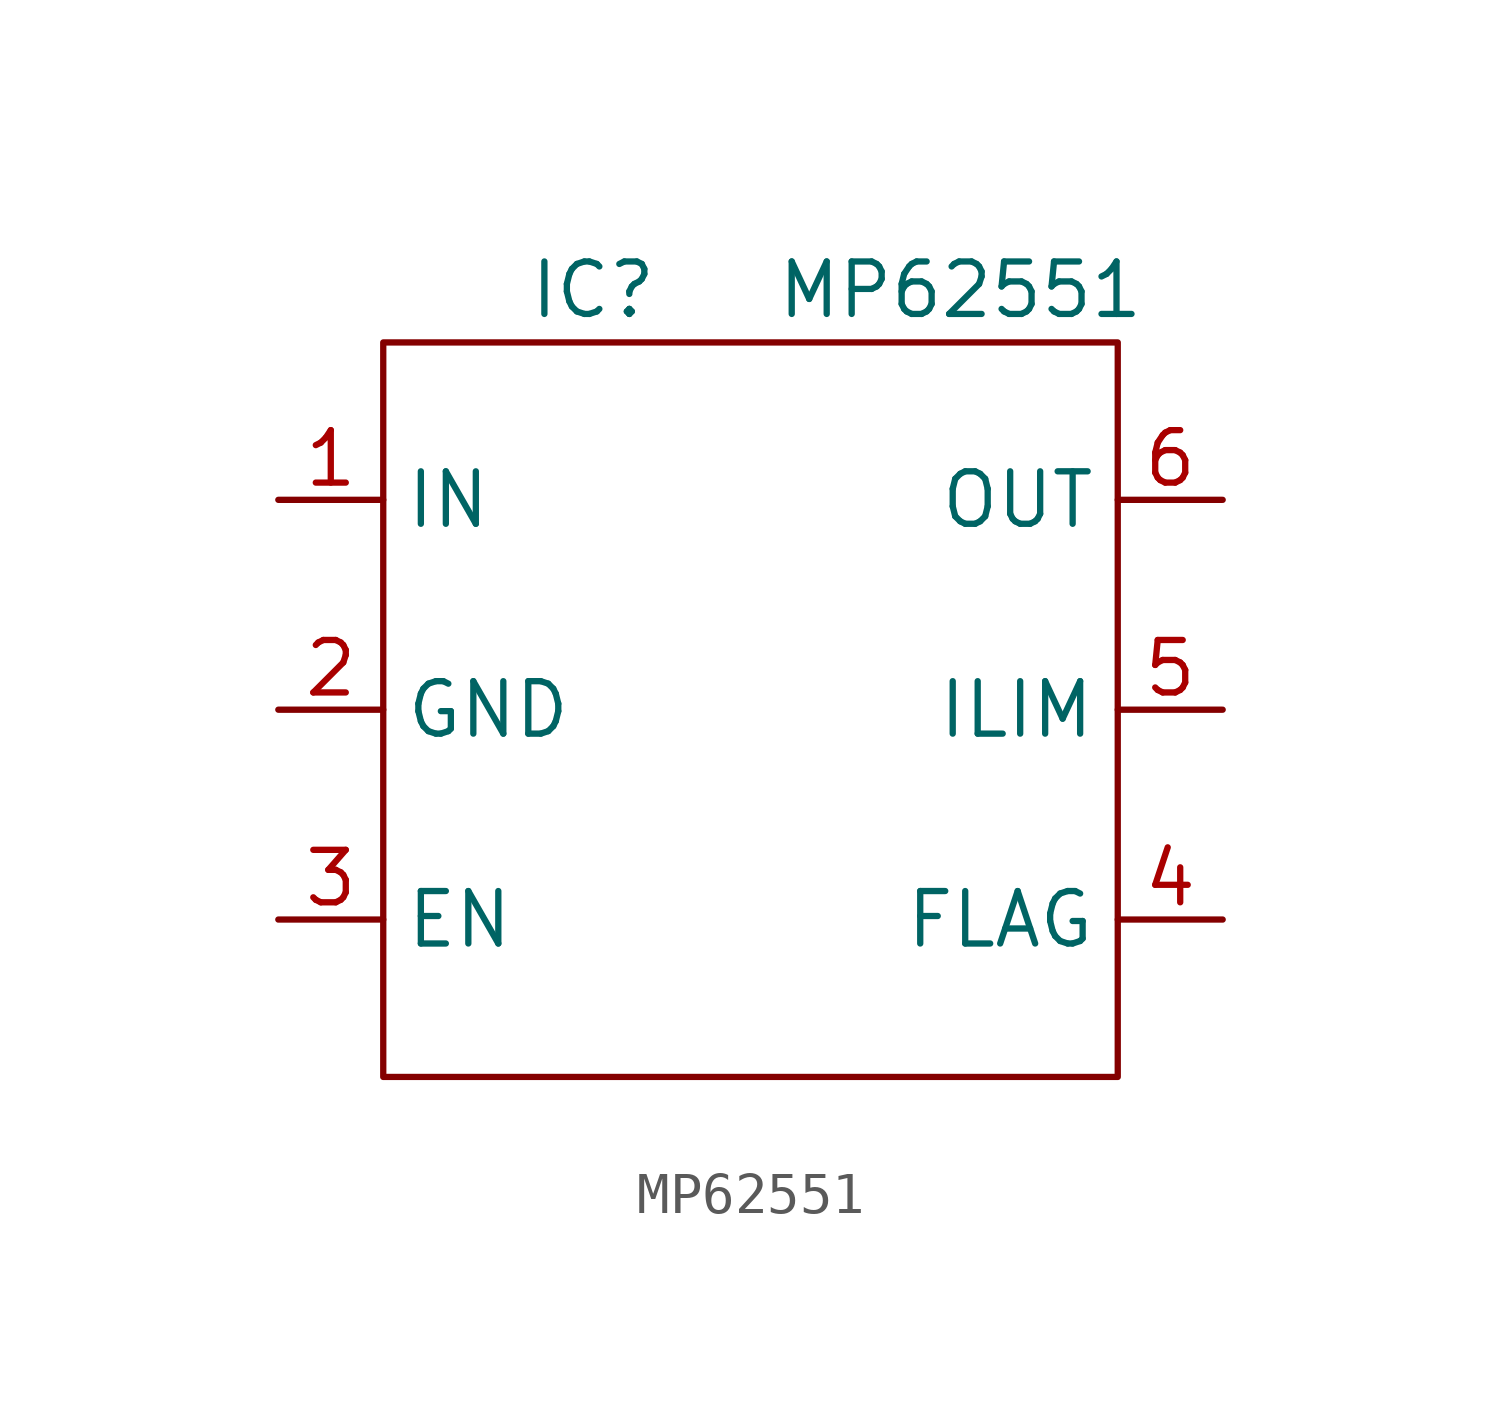
<source format=kicad_sym>
(kicad_symbol_lib
  (version 20211014)
  (generator kicad_symbol_editor)
  (symbol "MP62551"
    (property "Reference" "IC"
      (at -3.81 7.62 0)
      (effects (font (size 1.27 1.27))))
    (property "Value" "MP62551"
      (at 5.08 7.62 0)
      (effects (font (size 1.27 1.27))))
    (symbol "MP62551_0_1"
      (rectangle (start -8.89 6.35) (end 8.89 -11.43) (stroke (width 0) (type default) (color 0 0 0 0)) (fill (type none))))
    (symbol "MP62551_1_1"
      (pin input line (at -11.43 2.54 0) (length 2.54) (name "IN" (effects (font (size 1.27 1.27)))) (number "1" (effects (font (size 1.27 1.27)))))
      (pin input line (at -11.43 -2.54 0) (length 2.54) (name "GND" (effects (font (size 1.27 1.27)))) (number "2" (effects (font (size 1.27 1.27)))))
      (pin input line (at -11.43 -7.62 0) (length 2.54) (name "EN" (effects (font (size 1.27 1.27)))) (number "3" (effects (font (size 1.27 1.27)))))
      (pin output line (at 11.43 -7.62 180) (length 2.54) (name "FLAG" (effects (font (size 1.27 1.27)))) (number "4" (effects (font (size 1.27 1.27)))))
      (pin input line (at 11.43 -2.54 180) (length 2.54) (name "ILIM" (effects (font (size 1.27 1.27)))) (number "5" (effects (font (size 1.27 1.27)))))
      (pin output line (at 11.43 2.54 180) (length 2.54) (name "OUT" (effects (font (size 1.27 1.27)))) (number "6" (effects (font (size 1.27 1.27))))))))
</source>
